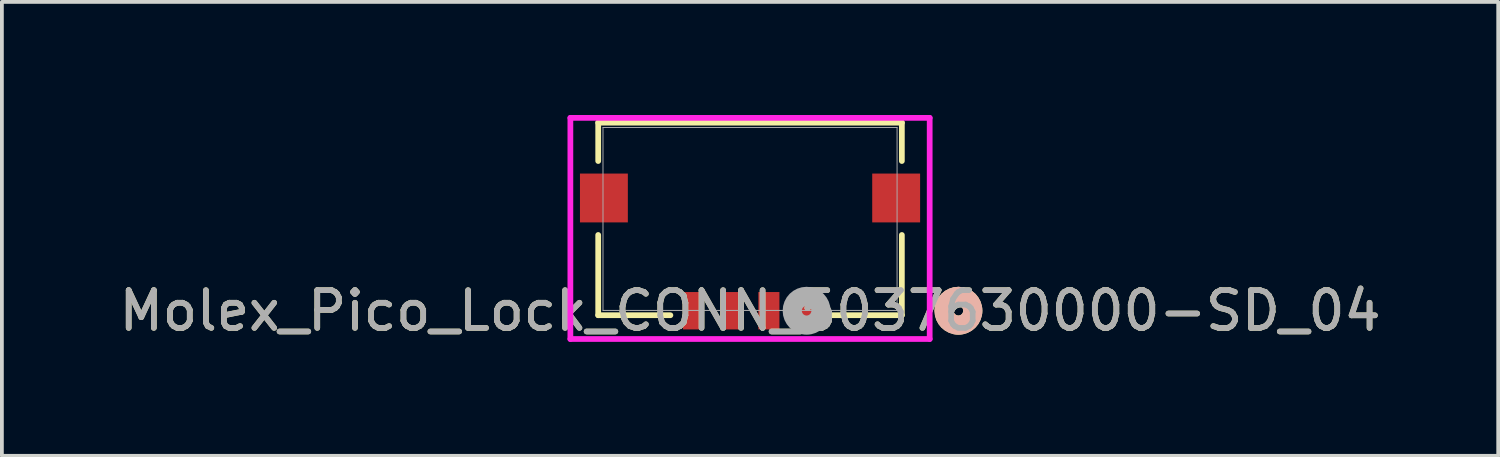
<source format=kicad_pcb>
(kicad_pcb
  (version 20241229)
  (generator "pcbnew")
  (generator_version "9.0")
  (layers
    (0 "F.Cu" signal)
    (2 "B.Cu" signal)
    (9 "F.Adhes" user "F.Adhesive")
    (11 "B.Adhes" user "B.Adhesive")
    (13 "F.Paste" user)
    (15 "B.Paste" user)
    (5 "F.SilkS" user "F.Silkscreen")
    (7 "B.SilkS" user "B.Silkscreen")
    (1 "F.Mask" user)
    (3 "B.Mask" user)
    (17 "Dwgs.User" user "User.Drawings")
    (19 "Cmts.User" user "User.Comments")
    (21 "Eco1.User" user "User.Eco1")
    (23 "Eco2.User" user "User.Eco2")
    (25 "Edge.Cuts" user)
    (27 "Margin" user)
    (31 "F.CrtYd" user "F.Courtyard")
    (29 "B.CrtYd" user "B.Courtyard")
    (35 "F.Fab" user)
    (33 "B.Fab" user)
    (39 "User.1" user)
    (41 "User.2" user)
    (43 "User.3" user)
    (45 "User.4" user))
  (footprint "Molex_Pico_Lock_CONN_5037630000-SD_04"
    (layer "F.Cu")
    (at 16.839 2.756)
    (property "Reference" "Molex_Pico_Lock_CONN_5037630000-SD_04" (at 0 2.434 0) (unlocked yes) (layer "F.SilkS") (effects (font (size 1 1) (thickness 0.15))))
    (attr smd)
    (fp_line (start -4.026 -2.553) (end -4.026 -1.536) (stroke (width 0.152) (type solid)) (layer "F.SilkS"))
    (fp_line (start -4.026 0.425) (end -4.026 2.553) (stroke (width 0.152) (type solid)) (layer "F.SilkS"))
    (fp_line (start -4.026 2.553) (end -2.112 2.553) (stroke (width 0.152) (type solid)) (layer "F.SilkS"))
    (fp_line (start 2.112 2.553) (end 4.026 2.553) (stroke (width 0.152) (type solid)) (layer "F.SilkS"))
    (fp_line (start 4.026 -2.553) (end -4.026 -2.553) (stroke (width 0.152) (type solid)) (layer "F.SilkS"))
    (fp_line (start 4.026 -1.536) (end 4.026 -2.553) (stroke (width 0.152) (type solid)) (layer "F.SilkS"))
    (fp_line (start 4.026 2.553) (end 4.026 0.425) (stroke (width 0.152) (type solid)) (layer "F.SilkS"))
    (fp_circle (center 5.526 2.434) (end 5.907 2.434) (stroke (width 0.508) (type solid)) (fill no) (layer "F.SilkS"))
    (fp_circle (center 5.526 2.434) (end 5.907 2.434) (stroke (width 0.508) (type solid)) (fill no) (layer "B.SilkS"))
    (fp_line (start -4.764 -2.68) (end -4.764 3.184) (stroke (width 0.152) (type solid)) (layer "F.CrtYd"))
    (fp_line (start -4.764 3.184) (end 4.764 3.184) (stroke (width 0.152) (type solid)) (layer "F.CrtYd"))
    (fp_line (start 4.764 -2.68) (end -4.764 -2.68) (stroke (width 0.152) (type solid)) (layer "F.CrtYd"))
    (fp_line (start 4.764 3.184) (end 4.764 -2.68) (stroke (width 0.152) (type solid)) (layer "F.CrtYd"))
    (fp_line (start -3.899 -2.426) (end -3.899 2.426) (stroke (width 0.025) (type solid)) (layer "F.Fab"))
    (fp_line (start -3.899 2.426) (end 3.899 2.426) (stroke (width 0.025) (type solid)) (layer "F.Fab"))
    (fp_line (start 3.899 -2.426) (end -3.899 -2.426) (stroke (width 0.025) (type solid)) (layer "F.Fab"))
    (fp_line (start 3.899 2.426) (end 3.899 -2.426) (stroke (width 0.025) (type solid)) (layer "F.Fab"))
    (fp_circle (center 1.5 2.434) (end 1.881 2.434) (stroke (width 0.508) (type solid)) (fill no) (layer "F.Fab"))
    (fp_text user "${REFERENCE}" (at 0 2.434 0) (unlocked yes) (layer "F.Fab") (effects (font (size 1 1) (thickness 0.15))))
    (pad "1" smd rect (at 1.5 2.434) (size 0.559 0.991) (layers "F.Cu" "F.Mask" "F.Paste"))
    (pad "2" smd rect (at 0.5 2.434) (size 0.559 0.991) (layers "F.Cu" "F.Mask" "F.Paste"))
    (pad "3" smd rect (at -0.5 2.434) (size 0.559 0.991) (layers "F.Cu" "F.Mask" "F.Paste"))
    (pad "4" smd rect (at -1.5 2.434) (size 0.559 0.991) (layers "F.Cu" "F.Mask" "F.Paste"))
    (pad "MP" smd rect (at -3.875 -0.556) (size 1.27 1.295) (layers "F.Cu" "F.Mask" "F.Paste"))
    (pad "MP" smd rect (at 3.875 -0.556) (size 1.27 1.295) (layers "F.Cu" "F.Mask" "F.Paste"))
    (zone (net_name "") (layer "F.Cu") (hatch full 0.508) (connect_pads) (min_thickness 0.254) (filled_areas_thickness no) (keepout (tracks not_allowed) (vias not_allowed) (pads allowed) (copperpour not_allowed) (footprints allowed)) (placement (enabled no)) (fill) (polygon (pts (xy 13.237 0.381) (xy 13.237 1.549) (xy 14.101 1.549) (xy 14.101 0.381))))
    (zone (net_name "") (layer "F.Cu") (hatch full 0.508) (connect_pads) (min_thickness 0.254) (filled_areas_thickness no) (keepout (tracks not_allowed) (vias not_allowed) (pads allowed) (copperpour not_allowed) (footprints allowed)) (placement (enabled no)) (fill) (polygon (pts (xy 13.595 1.552) (xy 13.595 1.628) (xy 14.103 1.628) (xy 14.103 1.552))))
    (zone (net_name "") (layer "F.Cu") (hatch full 0.508) (connect_pads) (min_thickness 0.254) (filled_areas_thickness no) (keepout (tracks not_allowed) (vias not_allowed) (pads allowed) (copperpour not_allowed) (footprints allowed)) (placement (enabled no)) (fill) (polygon (pts (xy 19.575 1.552) (xy 19.575 1.628) (xy 20.083 1.628) (xy 20.083 1.552))))
    (zone (net_name "") (layer "F.Cu") (hatch full 0.508) (connect_pads) (min_thickness 0.254) (filled_areas_thickness no) (keepout (tracks not_allowed) (vias not_allowed) (pads allowed) (copperpour not_allowed) (footprints allowed)) (placement (enabled no)) (fill) (polygon (pts (xy 19.577 0.381) (xy 19.577 1.549) (xy 20.441 1.549) (xy 20.441 0.381)))))
  (gr_rect
    (start -3 -3)
    (end 36.679 9.038)
    (stroke (width 0.1) (type default))
    (fill no)
    (layer "Edge.Cuts")))
</source>
